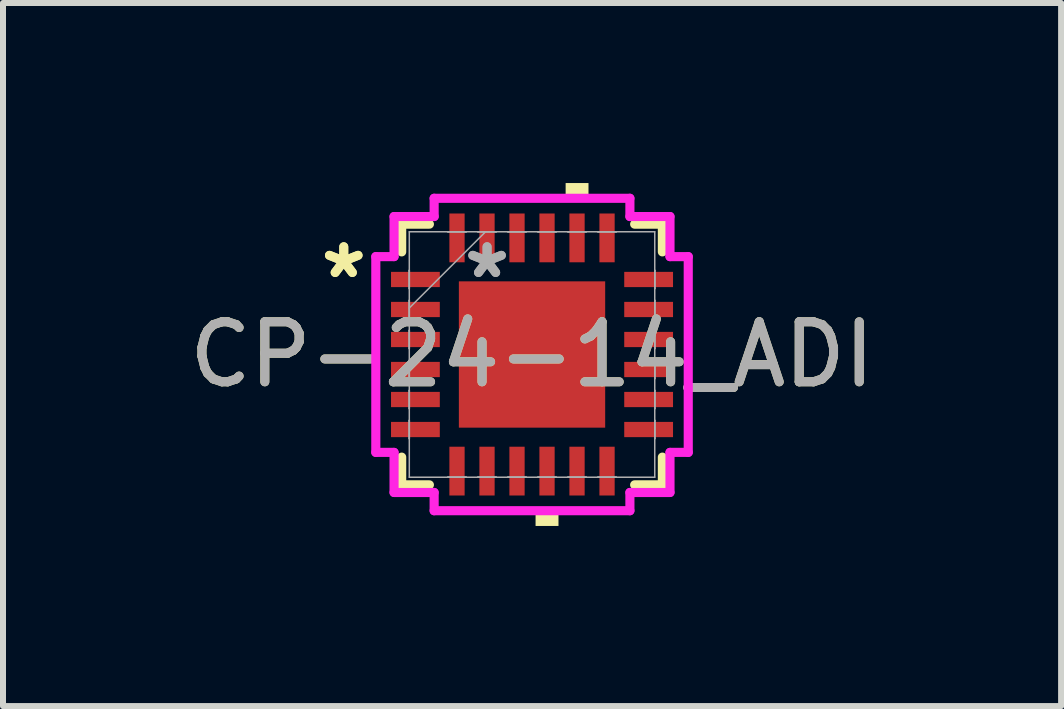
<source format=kicad_pcb>
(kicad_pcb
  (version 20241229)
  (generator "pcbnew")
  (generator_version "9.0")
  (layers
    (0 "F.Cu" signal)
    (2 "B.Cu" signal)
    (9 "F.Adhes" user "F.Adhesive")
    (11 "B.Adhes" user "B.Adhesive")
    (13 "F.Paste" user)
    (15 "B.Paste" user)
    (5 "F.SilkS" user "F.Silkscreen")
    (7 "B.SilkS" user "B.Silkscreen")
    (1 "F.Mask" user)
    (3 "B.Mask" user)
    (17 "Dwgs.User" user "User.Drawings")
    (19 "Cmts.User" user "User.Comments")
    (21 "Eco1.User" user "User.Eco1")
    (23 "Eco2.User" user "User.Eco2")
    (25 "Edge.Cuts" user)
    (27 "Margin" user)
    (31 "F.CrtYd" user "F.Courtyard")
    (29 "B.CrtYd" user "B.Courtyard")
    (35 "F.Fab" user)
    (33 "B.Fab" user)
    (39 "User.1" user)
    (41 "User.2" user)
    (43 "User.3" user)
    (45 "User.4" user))
  (footprint "CP-24-14_ADI"
    (layer "F.Cu")
    (at 5.815 2.857)
    (property "Reference" "CP-24-14_ADI" (at 0 0 0) (unlocked yes) (layer "F.SilkS") (effects (font (size 1 1) (thickness 0.15))))
    (attr smd)
    (fp_line (start -2.172 -2.172) (end -2.172 -1.71) (stroke (width 0.152) (type solid)) (layer "F.SilkS"))
    (fp_line (start -2.172 1.71) (end -2.172 2.172) (stroke (width 0.152) (type solid)) (layer "F.SilkS"))
    (fp_line (start -2.172 2.172) (end -1.71 2.172) (stroke (width 0.152) (type solid)) (layer "F.SilkS"))
    (fp_line (start -1.71 -2.172) (end -2.172 -2.172) (stroke (width 0.152) (type solid)) (layer "F.SilkS"))
    (fp_line (start 1.71 2.172) (end 2.172 2.172) (stroke (width 0.152) (type solid)) (layer "F.SilkS"))
    (fp_line (start 2.172 -2.172) (end 1.71 -2.172) (stroke (width 0.152) (type solid)) (layer "F.SilkS"))
    (fp_line (start 2.172 -1.71) (end 2.172 -2.172) (stroke (width 0.152) (type solid)) (layer "F.SilkS"))
    (fp_line (start 2.172 2.172) (end 2.172 1.71) (stroke (width 0.152) (type solid)) (layer "F.SilkS"))
    (fp_poly (pts (xy 0.059 2.603) (xy 0.059 2.857) (xy 0.441 2.857) (xy 0.441 2.603)) (stroke (width 0) (type solid)) (fill yes) (layer "F.SilkS"))
    (fp_poly (pts (xy 0.56 -2.603) (xy 0.56 -2.857) (xy 0.941 -2.857) (xy 0.941 -2.603)) (stroke (width 0) (type solid)) (fill yes) (layer "F.SilkS"))
    (fp_line (start -2.603 -1.631) (end -2.299 -1.631) (stroke (width 0.152) (type solid)) (layer "F.CrtYd"))
    (fp_line (start -2.603 1.631) (end -2.603 -1.631) (stroke (width 0.152) (type solid)) (layer "F.CrtYd"))
    (fp_line (start -2.299 -2.299) (end -1.631 -2.299) (stroke (width 0.152) (type solid)) (layer "F.CrtYd"))
    (fp_line (start -2.299 -1.631) (end -2.299 -2.299) (stroke (width 0.152) (type solid)) (layer "F.CrtYd"))
    (fp_line (start -2.299 1.631) (end -2.603 1.631) (stroke (width 0.152) (type solid)) (layer "F.CrtYd"))
    (fp_line (start -2.299 2.299) (end -2.299 1.631) (stroke (width 0.152) (type solid)) (layer "F.CrtYd"))
    (fp_line (start -1.631 -2.603) (end 1.631 -2.603) (stroke (width 0.152) (type solid)) (layer "F.CrtYd"))
    (fp_line (start -1.631 -2.299) (end -1.631 -2.603) (stroke (width 0.152) (type solid)) (layer "F.CrtYd"))
    (fp_line (start -1.631 2.299) (end -2.299 2.299) (stroke (width 0.152) (type solid)) (layer "F.CrtYd"))
    (fp_line (start -1.631 2.603) (end -1.631 2.299) (stroke (width 0.152) (type solid)) (layer "F.CrtYd"))
    (fp_line (start 1.631 -2.603) (end 1.631 -2.299) (stroke (width 0.152) (type solid)) (layer "F.CrtYd"))
    (fp_line (start 1.631 -2.299) (end 2.299 -2.299) (stroke (width 0.152) (type solid)) (layer "F.CrtYd"))
    (fp_line (start 1.631 2.299) (end 1.631 2.603) (stroke (width 0.152) (type solid)) (layer "F.CrtYd"))
    (fp_line (start 1.631 2.603) (end -1.631 2.603) (stroke (width 0.152) (type solid)) (layer "F.CrtYd"))
    (fp_line (start 2.299 -2.299) (end 2.299 -1.631) (stroke (width 0.152) (type solid)) (layer "F.CrtYd"))
    (fp_line (start 2.299 -1.631) (end 2.603 -1.631) (stroke (width 0.152) (type solid)) (layer "F.CrtYd"))
    (fp_line (start 2.299 1.631) (end 2.299 2.299) (stroke (width 0.152) (type solid)) (layer "F.CrtYd"))
    (fp_line (start 2.299 2.299) (end 1.631 2.299) (stroke (width 0.152) (type solid)) (layer "F.CrtYd"))
    (fp_line (start 2.603 -1.631) (end 2.603 1.631) (stroke (width 0.152) (type solid)) (layer "F.CrtYd"))
    (fp_line (start 2.603 1.631) (end 2.299 1.631) (stroke (width 0.152) (type solid)) (layer "F.CrtYd"))
    (fp_line (start -2.045 -2.045) (end -2.045 2.045) (stroke (width 0.025) (type solid)) (layer "F.Fab"))
    (fp_line (start -2.045 -1.402) (end -2.045 -1.402) (stroke (width 0.025) (type solid)) (layer "F.Fab"))
    (fp_line (start -2.045 -1.402) (end -2.045 -1.098) (stroke (width 0.025) (type solid)) (layer "F.Fab"))
    (fp_line (start -2.045 -1.098) (end -2.045 -1.402) (stroke (width 0.025) (type solid)) (layer "F.Fab"))
    (fp_line (start -2.045 -1.098) (end -2.045 -1.098) (stroke (width 0.025) (type solid)) (layer "F.Fab"))
    (fp_line (start -2.045 -0.902) (end -2.045 -0.902) (stroke (width 0.025) (type solid)) (layer "F.Fab"))
    (fp_line (start -2.045 -0.902) (end -2.045 -0.598) (stroke (width 0.025) (type solid)) (layer "F.Fab"))
    (fp_line (start -2.045 -0.775) (end -0.775 -2.045) (stroke (width 0.025) (type solid)) (layer "F.Fab"))
    (fp_line (start -2.045 -0.598) (end -2.045 -0.902) (stroke (width 0.025) (type solid)) (layer "F.Fab"))
    (fp_line (start -2.045 -0.598) (end -2.045 -0.598) (stroke (width 0.025) (type solid)) (layer "F.Fab"))
    (fp_line (start -2.045 -0.402) (end -2.045 -0.402) (stroke (width 0.025) (type solid)) (layer "F.Fab"))
    (fp_line (start -2.045 -0.402) (end -2.045 -0.098) (stroke (width 0.025) (type solid)) (layer "F.Fab"))
    (fp_line (start -2.045 -0.098) (end -2.045 -0.402) (stroke (width 0.025) (type solid)) (layer "F.Fab"))
    (fp_line (start -2.045 -0.098) (end -2.045 -0.098) (stroke (width 0.025) (type solid)) (layer "F.Fab"))
    (fp_line (start -2.045 0.098) (end -2.045 0.098) (stroke (width 0.025) (type solid)) (layer "F.Fab"))
    (fp_line (start -2.045 0.098) (end -2.045 0.402) (stroke (width 0.025) (type solid)) (layer "F.Fab"))
    (fp_line (start -2.045 0.402) (end -2.045 0.098) (stroke (width 0.025) (type solid)) (layer "F.Fab"))
    (fp_line (start -2.045 0.402) (end -2.045 0.402) (stroke (width 0.025) (type solid)) (layer "F.Fab"))
    (fp_line (start -2.045 0.598) (end -2.045 0.598) (stroke (width 0.025) (type solid)) (layer "F.Fab"))
    (fp_line (start -2.045 0.598) (end -2.045 0.902) (stroke (width 0.025) (type solid)) (layer "F.Fab"))
    (fp_line (start -2.045 0.902) (end -2.045 0.598) (stroke (width 0.025) (type solid)) (layer "F.Fab"))
    (fp_line (start -2.045 0.902) (end -2.045 0.902) (stroke (width 0.025) (type solid)) (layer "F.Fab"))
    (fp_line (start -2.045 1.098) (end -2.045 1.098) (stroke (width 0.025) (type solid)) (layer "F.Fab"))
    (fp_line (start -2.045 1.098) (end -2.045 1.402) (stroke (width 0.025) (type solid)) (layer "F.Fab"))
    (fp_line (start -2.045 1.402) (end -2.045 1.098) (stroke (width 0.025) (type solid)) (layer "F.Fab"))
    (fp_line (start -2.045 1.402) (end -2.045 1.402) (stroke (width 0.025) (type solid)) (layer "F.Fab"))
    (fp_line (start -2.045 2.045) (end 2.045 2.045) (stroke (width 0.025) (type solid)) (layer "F.Fab"))
    (fp_line (start -1.402 -2.045) (end -1.402 -2.045) (stroke (width 0.025) (type solid)) (layer "F.Fab"))
    (fp_line (start -1.402 -2.045) (end -1.098 -2.045) (stroke (width 0.025) (type solid)) (layer "F.Fab"))
    (fp_line (start -1.402 2.045) (end -1.402 2.045) (stroke (width 0.025) (type solid)) (layer "F.Fab"))
    (fp_line (start -1.402 2.045) (end -1.098 2.045) (stroke (width 0.025) (type solid)) (layer "F.Fab"))
    (fp_line (start -1.098 -2.045) (end -1.402 -2.045) (stroke (width 0.025) (type solid)) (layer "F.Fab"))
    (fp_line (start -1.098 -2.045) (end -1.098 -2.045) (stroke (width 0.025) (type solid)) (layer "F.Fab"))
    (fp_line (start -1.098 2.045) (end -1.402 2.045) (stroke (width 0.025) (type solid)) (layer "F.Fab"))
    (fp_line (start -1.098 2.045) (end -1.098 2.045) (stroke (width 0.025) (type solid)) (layer "F.Fab"))
    (fp_line (start -0.902 -2.045) (end -0.902 -2.045) (stroke (width 0.025) (type solid)) (layer "F.Fab"))
    (fp_line (start -0.902 -2.045) (end -0.598 -2.045) (stroke (width 0.025) (type solid)) (layer "F.Fab"))
    (fp_line (start -0.902 2.045) (end -0.902 2.045) (stroke (width 0.025) (type solid)) (layer "F.Fab"))
    (fp_line (start -0.902 2.045) (end -0.598 2.045) (stroke (width 0.025) (type solid)) (layer "F.Fab"))
    (fp_line (start -0.598 -2.045) (end -0.902 -2.045) (stroke (width 0.025) (type solid)) (layer "F.Fab"))
    (fp_line (start -0.598 -2.045) (end -0.598 -2.045) (stroke (width 0.025) (type solid)) (layer "F.Fab"))
    (fp_line (start -0.598 2.045) (end -0.902 2.045) (stroke (width 0.025) (type solid)) (layer "F.Fab"))
    (fp_line (start -0.598 2.045) (end -0.598 2.045) (stroke (width 0.025) (type solid)) (layer "F.Fab"))
    (fp_line (start -0.402 -2.045) (end -0.402 -2.045) (stroke (width 0.025) (type solid)) (layer "F.Fab"))
    (fp_line (start -0.402 -2.045) (end -0.098 -2.045) (stroke (width 0.025) (type solid)) (layer "F.Fab"))
    (fp_line (start -0.402 2.045) (end -0.402 2.045) (stroke (width 0.025) (type solid)) (layer "F.Fab"))
    (fp_line (start -0.402 2.045) (end -0.098 2.045) (stroke (width 0.025) (type solid)) (layer "F.Fab"))
    (fp_line (start -0.098 -2.045) (end -0.402 -2.045) (stroke (width 0.025) (type solid)) (layer "F.Fab"))
    (fp_line (start -0.098 -2.045) (end -0.098 -2.045) (stroke (width 0.025) (type solid)) (layer "F.Fab"))
    (fp_line (start -0.098 2.045) (end -0.402 2.045) (stroke (width 0.025) (type solid)) (layer "F.Fab"))
    (fp_line (start -0.098 2.045) (end -0.098 2.045) (stroke (width 0.025) (type solid)) (layer "F.Fab"))
    (fp_line (start 0.098 -2.045) (end 0.098 -2.045) (stroke (width 0.025) (type solid)) (layer "F.Fab"))
    (fp_line (start 0.098 -2.045) (end 0.402 -2.045) (stroke (width 0.025) (type solid)) (layer "F.Fab"))
    (fp_line (start 0.098 2.045) (end 0.098 2.045) (stroke (width 0.025) (type solid)) (layer "F.Fab"))
    (fp_line (start 0.098 2.045) (end 0.402 2.045) (stroke (width 0.025) (type solid)) (layer "F.Fab"))
    (fp_line (start 0.402 -2.045) (end 0.098 -2.045) (stroke (width 0.025) (type solid)) (layer "F.Fab"))
    (fp_line (start 0.402 -2.045) (end 0.402 -2.045) (stroke (width 0.025) (type solid)) (layer "F.Fab"))
    (fp_line (start 0.402 2.045) (end 0.098 2.045) (stroke (width 0.025) (type solid)) (layer "F.Fab"))
    (fp_line (start 0.402 2.045) (end 0.402 2.045) (stroke (width 0.025) (type solid)) (layer "F.Fab"))
    (fp_line (start 0.598 -2.045) (end 0.598 -2.045) (stroke (width 0.025) (type solid)) (layer "F.Fab"))
    (fp_line (start 0.598 -2.045) (end 0.902 -2.045) (stroke (width 0.025) (type solid)) (layer "F.Fab"))
    (fp_line (start 0.598 2.045) (end 0.598 2.045) (stroke (width 0.025) (type solid)) (layer "F.Fab"))
    (fp_line (start 0.598 2.045) (end 0.902 2.045) (stroke (width 0.025) (type solid)) (layer "F.Fab"))
    (fp_line (start 0.902 -2.045) (end 0.598 -2.045) (stroke (width 0.025) (type solid)) (layer "F.Fab"))
    (fp_line (start 0.902 -2.045) (end 0.902 -2.045) (stroke (width 0.025) (type solid)) (layer "F.Fab"))
    (fp_line (start 0.902 2.045) (end 0.598 2.045) (stroke (width 0.025) (type solid)) (layer "F.Fab"))
    (fp_line (start 0.902 2.045) (end 0.902 2.045) (stroke (width 0.025) (type solid)) (layer "F.Fab"))
    (fp_line (start 1.098 -2.045) (end 1.098 -2.045) (stroke (width 0.025) (type solid)) (layer "F.Fab"))
    (fp_line (start 1.098 -2.045) (end 1.402 -2.045) (stroke (width 0.025) (type solid)) (layer "F.Fab"))
    (fp_line (start 1.098 2.045) (end 1.098 2.045) (stroke (width 0.025) (type solid)) (layer "F.Fab"))
    (fp_line (start 1.098 2.045) (end 1.402 2.045) (stroke (width 0.025) (type solid)) (layer "F.Fab"))
    (fp_line (start 1.402 -2.045) (end 1.098 -2.045) (stroke (width 0.025) (type solid)) (layer "F.Fab"))
    (fp_line (start 1.402 -2.045) (end 1.402 -2.045) (stroke (width 0.025) (type solid)) (layer "F.Fab"))
    (fp_line (start 1.402 2.045) (end 1.098 2.045) (stroke (width 0.025) (type solid)) (layer "F.Fab"))
    (fp_line (start 1.402 2.045) (end 1.402 2.045) (stroke (width 0.025) (type solid)) (layer "F.Fab"))
    (fp_line (start 2.045 -2.045) (end -2.045 -2.045) (stroke (width 0.025) (type solid)) (layer "F.Fab"))
    (fp_line (start 2.045 -1.402) (end 2.045 -1.402) (stroke (width 0.025) (type solid)) (layer "F.Fab"))
    (fp_line (start 2.045 -1.402) (end 2.045 -1.098) (stroke (width 0.025) (type solid)) (layer "F.Fab"))
    (fp_line (start 2.045 -1.098) (end 2.045 -1.402) (stroke (width 0.025) (type solid)) (layer "F.Fab"))
    (fp_line (start 2.045 -1.098) (end 2.045 -1.098) (stroke (width 0.025) (type solid)) (layer "F.Fab"))
    (fp_line (start 2.045 -0.902) (end 2.045 -0.902) (stroke (width 0.025) (type solid)) (layer "F.Fab"))
    (fp_line (start 2.045 -0.902) (end 2.045 -0.598) (stroke (width 0.025) (type solid)) (layer "F.Fab"))
    (fp_line (start 2.045 -0.598) (end 2.045 -0.902) (stroke (width 0.025) (type solid)) (layer "F.Fab"))
    (fp_line (start 2.045 -0.598) (end 2.045 -0.598) (stroke (width 0.025) (type solid)) (layer "F.Fab"))
    (fp_line (start 2.045 -0.402) (end 2.045 -0.402) (stroke (width 0.025) (type solid)) (layer "F.Fab"))
    (fp_line (start 2.045 -0.402) (end 2.045 -0.098) (stroke (width 0.025) (type solid)) (layer "F.Fab"))
    (fp_line (start 2.045 -0.098) (end 2.045 -0.402) (stroke (width 0.025) (type solid)) (layer "F.Fab"))
    (fp_line (start 2.045 -0.098) (end 2.045 -0.098) (stroke (width 0.025) (type solid)) (layer "F.Fab"))
    (fp_line (start 2.045 0.098) (end 2.045 0.098) (stroke (width 0.025) (type solid)) (layer "F.Fab"))
    (fp_line (start 2.045 0.098) (end 2.045 0.402) (stroke (width 0.025) (type solid)) (layer "F.Fab"))
    (fp_line (start 2.045 0.402) (end 2.045 0.098) (stroke (width 0.025) (type solid)) (layer "F.Fab"))
    (fp_line (start 2.045 0.402) (end 2.045 0.402) (stroke (width 0.025) (type solid)) (layer "F.Fab"))
    (fp_line (start 2.045 0.598) (end 2.045 0.598) (stroke (width 0.025) (type solid)) (layer "F.Fab"))
    (fp_line (start 2.045 0.598) (end 2.045 0.902) (stroke (width 0.025) (type solid)) (layer "F.Fab"))
    (fp_line (start 2.045 0.902) (end 2.045 0.598) (stroke (width 0.025) (type solid)) (layer "F.Fab"))
    (fp_line (start 2.045 0.902) (end 2.045 0.902) (stroke (width 0.025) (type solid)) (layer "F.Fab"))
    (fp_line (start 2.045 1.098) (end 2.045 1.098) (stroke (width 0.025) (type solid)) (layer "F.Fab"))
    (fp_line (start 2.045 1.098) (end 2.045 1.402) (stroke (width 0.025) (type solid)) (layer "F.Fab"))
    (fp_line (start 2.045 1.402) (end 2.045 1.098) (stroke (width 0.025) (type solid)) (layer "F.Fab"))
    (fp_line (start 2.045 1.402) (end 2.045 1.402) (stroke (width 0.025) (type solid)) (layer "F.Fab"))
    (fp_line (start 2.045 2.045) (end 2.045 -2.045) (stroke (width 0.025) (type solid)) (layer "F.Fab"))
    (fp_text user "*" (at -3.137 -1.25 0) (unlocked yes) (layer "F.SilkS") (effects (font (size 1 1) (thickness 0.15))))
    (fp_text user "*" (at -3.137 -1.25 0) (layer "F.SilkS") (effects (font (size 1 1) (thickness 0.15))))
    (fp_text user "*" (at -0.749 -1.25 0) (unlocked yes) (layer "F.Fab") (effects (font (size 1 1) (thickness 0.15))))
    (fp_text user "${REFERENCE}" (at 0 0 0) (unlocked yes) (layer "F.Fab") (effects (font (size 1 1) (thickness 0.15))))
    (fp_text user "*" (at -0.749 -1.25 0) (layer "F.Fab") (effects (font (size 1 1) (thickness 0.15))))
    (pad "1" smd rect (at -1.943 -1.25 90) (size 0.254 0.813) (layers "F.Cu" "F.Mask" "F.Paste"))
    (pad "2" smd rect (at -1.943 -0.75 90) (size 0.254 0.813) (layers "F.Cu" "F.Mask" "F.Paste"))
    (pad "3" smd rect (at -1.943 -0.25 90) (size 0.254 0.813) (layers "F.Cu" "F.Mask" "F.Paste"))
    (pad "4" smd rect (at -1.943 0.25 90) (size 0.254 0.813) (layers "F.Cu" "F.Mask" "F.Paste"))
    (pad "5" smd rect (at -1.943 0.75 90) (size 0.254 0.813) (layers "F.Cu" "F.Mask" "F.Paste"))
    (pad "6" smd rect (at -1.943 1.25 90) (size 0.254 0.813) (layers "F.Cu" "F.Mask" "F.Paste"))
    (pad "7" smd rect (at -1.25 1.943) (size 0.254 0.813) (layers "F.Cu" "F.Mask" "F.Paste"))
    (pad "8" smd rect (at -0.75 1.943) (size 0.254 0.813) (layers "F.Cu" "F.Mask" "F.Paste"))
    (pad "9" smd rect (at -0.25 1.943) (size 0.254 0.813) (layers "F.Cu" "F.Mask" "F.Paste"))
    (pad "10" smd rect (at 0.25 1.943) (size 0.254 0.813) (layers "F.Cu" "F.Mask" "F.Paste"))
    (pad "11" smd rect (at 0.75 1.943) (size 0.254 0.813) (layers "F.Cu" "F.Mask" "F.Paste"))
    (pad "12" smd rect (at 1.25 1.943) (size 0.254 0.813) (layers "F.Cu" "F.Mask" "F.Paste"))
    (pad "13" smd rect (at 1.943 1.25 90) (size 0.254 0.813) (layers "F.Cu" "F.Mask" "F.Paste"))
    (pad "14" smd rect (at 1.943 0.75 90) (size 0.254 0.813) (layers "F.Cu" "F.Mask" "F.Paste"))
    (pad "15" smd rect (at 1.943 0.25 90) (size 0.254 0.813) (layers "F.Cu" "F.Mask" "F.Paste"))
    (pad "16" smd rect (at 1.943 -0.25 90) (size 0.254 0.813) (layers "F.Cu" "F.Mask" "F.Paste"))
    (pad "17" smd rect (at 1.943 -0.75 90) (size 0.254 0.813) (layers "F.Cu" "F.Mask" "F.Paste"))
    (pad "18" smd rect (at 1.943 -1.25 90) (size 0.254 0.813) (layers "F.Cu" "F.Mask" "F.Paste"))
    (pad "19" smd rect (at 1.25 -1.943) (size 0.254 0.813) (layers "F.Cu" "F.Mask" "F.Paste"))
    (pad "20" smd rect (at 0.75 -1.943) (size 0.254 0.813) (layers "F.Cu" "F.Mask" "F.Paste"))
    (pad "21" smd rect (at 0.25 -1.943) (size 0.254 0.813) (layers "F.Cu" "F.Mask" "F.Paste"))
    (pad "22" smd rect (at -0.25 -1.943) (size 0.254 0.813) (layers "F.Cu" "F.Mask" "F.Paste"))
    (pad "23" smd rect (at -0.75 -1.943) (size 0.254 0.813) (layers "F.Cu" "F.Mask" "F.Paste"))
    (pad "24" smd rect (at -1.25 -1.943) (size 0.254 0.813) (layers "F.Cu" "F.Mask" "F.Paste"))
    (pad "25" smd rect (at 0 0) (size 2.438 2.438) (layers "F.Cu" "F.Mask" "F.Paste")))
  (gr_rect
    (start -3 -3)
    (end 14.631 8.715)
    (stroke (width 0.1) (type default))
    (fill no)
    (layer "Edge.Cuts")))
</source>
